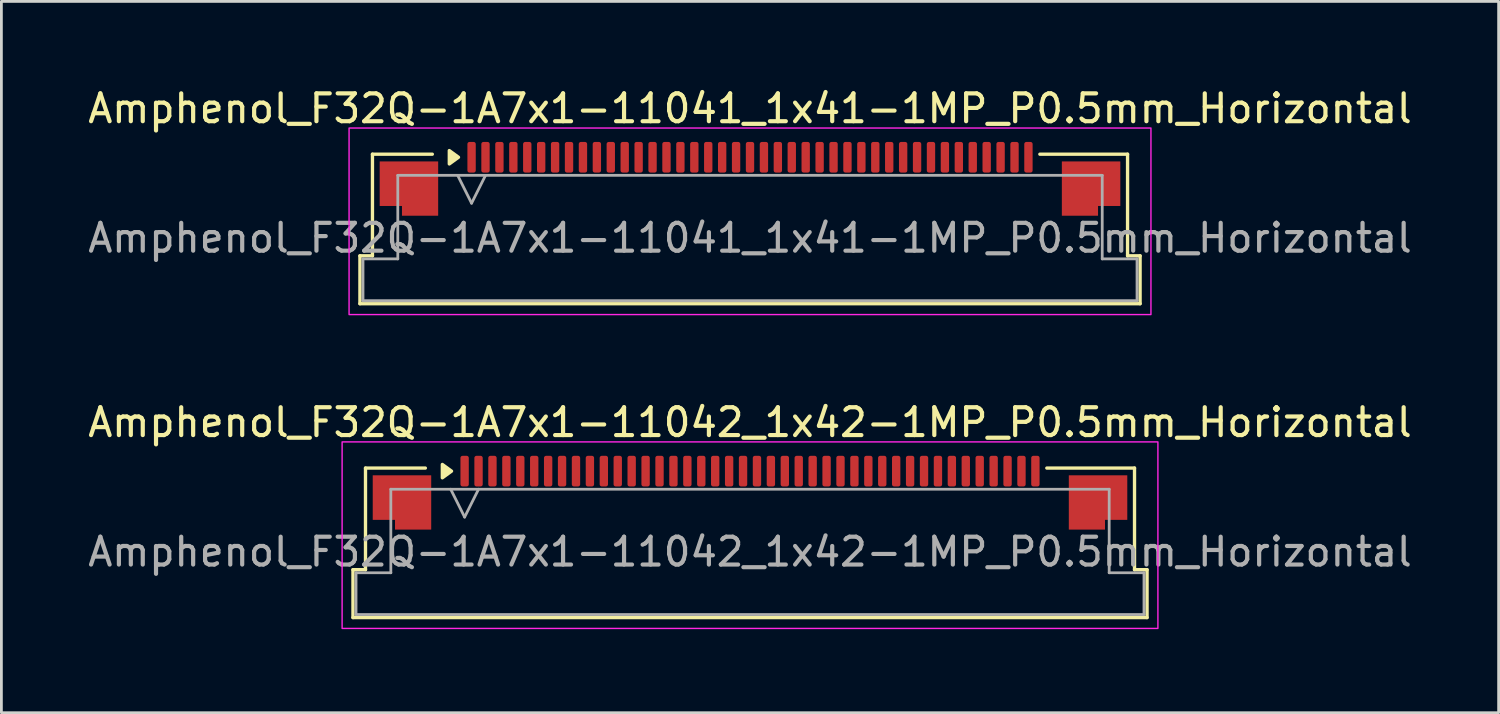
<source format=kicad_pcb>
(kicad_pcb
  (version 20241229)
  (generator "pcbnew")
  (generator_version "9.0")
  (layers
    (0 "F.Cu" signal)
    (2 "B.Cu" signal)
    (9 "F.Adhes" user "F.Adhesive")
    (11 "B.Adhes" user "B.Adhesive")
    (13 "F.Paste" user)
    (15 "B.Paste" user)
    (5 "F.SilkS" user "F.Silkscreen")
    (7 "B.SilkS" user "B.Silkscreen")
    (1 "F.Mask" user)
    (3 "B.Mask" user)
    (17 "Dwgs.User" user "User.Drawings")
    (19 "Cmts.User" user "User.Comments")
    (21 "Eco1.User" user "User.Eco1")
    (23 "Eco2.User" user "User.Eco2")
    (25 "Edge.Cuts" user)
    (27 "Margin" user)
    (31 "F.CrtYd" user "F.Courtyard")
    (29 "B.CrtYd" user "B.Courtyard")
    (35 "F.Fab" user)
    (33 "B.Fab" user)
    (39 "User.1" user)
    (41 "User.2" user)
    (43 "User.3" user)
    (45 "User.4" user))
  (footprint "Amphenol_F32Q-1A7x1-11041_1x41-1MP_P0.5mm_Horizontal"
    (layer "F.Cu")
    (at 23.887 5.498)
    (property "Reference" "Amphenol_F32Q-1A7x1-11041_1x41-1MP_P0.5mm_Horizontal" (at 0 -4.65 0) (layer "F.SilkS") (effects (font (size 1 1) (thickness 0.15))))
    (attr smd)
    (fp_line (start -14.01 0.64) (end -13.56 0.64) (stroke (width 0.12) (type solid)) (layer "F.SilkS"))
    (fp_line (start -14.01 2.36) (end -14.01 0.64) (stroke (width 0.12) (type solid)) (layer "F.SilkS"))
    (fp_line (start -13.56 -3.01) (end -11.41 -3.01) (stroke (width 0.12) (type solid)) (layer "F.SilkS"))
    (fp_line (start -13.56 0.64) (end -13.56 -3.01) (stroke (width 0.12) (type solid)) (layer "F.SilkS"))
    (fp_line (start 10.41 -3.01) (end 13.56 -3.01) (stroke (width 0.12) (type solid)) (layer "F.SilkS"))
    (fp_line (start 13.56 -3.01) (end 13.56 0.64) (stroke (width 0.12) (type solid)) (layer "F.SilkS"))
    (fp_line (start 13.56 0.64) (end 14.01 0.64) (stroke (width 0.12) (type solid)) (layer "F.SilkS"))
    (fp_line (start 14.01 0.64) (end 14.01 2.36) (stroke (width 0.12) (type solid)) (layer "F.SilkS"))
    (fp_line (start 14.01 2.36) (end -14.01 2.36) (stroke (width 0.12) (type solid)) (layer "F.SilkS"))
    (fp_poly (pts (xy -10.47 -2.9) (xy -10.8 -2.66) (xy -10.8 -3.14)) (stroke (width 0.12) (type solid)) (fill yes) (layer "F.SilkS"))
    (fp_rect (start -14.4 -3.95) (end 14.4 2.75) (stroke (width 0.05) (type solid)) (fill no) (layer "F.CrtYd"))
    (fp_line (start -13.9 0.75) (end -12.65 0.75) (stroke (width 0.1) (type solid)) (layer "F.Fab"))
    (fp_line (start -13.9 2.25) (end -13.9 0.75) (stroke (width 0.1) (type solid)) (layer "F.Fab"))
    (fp_line (start -12.65 -2.25) (end 12.65 -2.25) (stroke (width 0.1) (type solid)) (layer "F.Fab"))
    (fp_line (start -12.65 0.75) (end -12.65 -2.25) (stroke (width 0.1) (type solid)) (layer "F.Fab"))
    (fp_line (start -10.5 -2.25) (end -10 -1.25) (stroke (width 0.1) (type solid)) (layer "F.Fab"))
    (fp_line (start -10 -1.25) (end -9.5 -2.25) (stroke (width 0.1) (type solid)) (layer "F.Fab"))
    (fp_line (start 12.65 -2.25) (end 12.65 0.75) (stroke (width 0.1) (type solid)) (layer "F.Fab"))
    (fp_line (start 12.65 0.75) (end 13.9 0.75) (stroke (width 0.1) (type solid)) (layer "F.Fab"))
    (fp_line (start 13.9 0.75) (end 13.9 2.25) (stroke (width 0.1) (type solid)) (layer "F.Fab"))
    (fp_line (start 13.9 2.25) (end -13.9 2.25) (stroke (width 0.1) (type solid)) (layer "F.Fab"))
    (fp_text user "${REFERENCE}" (at 0 0 0) (layer "F.Fab") (effects (font (size 1 1) (thickness 0.15))))
    (pad "1" smd roundrect (at -10 -2.9) (size 0.3 1.1) (layers "F.Cu" "F.Mask" "F.Paste") (roundrect_rratio 0.25))
    (pad "2" smd roundrect (at -9.5 -2.9) (size 0.3 1.1) (layers "F.Cu" "F.Mask" "F.Paste") (roundrect_rratio 0.25))
    (pad "3" smd roundrect (at -9 -2.9) (size 0.3 1.1) (layers "F.Cu" "F.Mask" "F.Paste") (roundrect_rratio 0.25))
    (pad "4" smd roundrect (at -8.5 -2.9) (size 0.3 1.1) (layers "F.Cu" "F.Mask" "F.Paste") (roundrect_rratio 0.25))
    (pad "5" smd roundrect (at -8 -2.9) (size 0.3 1.1) (layers "F.Cu" "F.Mask" "F.Paste") (roundrect_rratio 0.25))
    (pad "6" smd roundrect (at -7.5 -2.9) (size 0.3 1.1) (layers "F.Cu" "F.Mask" "F.Paste") (roundrect_rratio 0.25))
    (pad "7" smd roundrect (at -7 -2.9) (size 0.3 1.1) (layers "F.Cu" "F.Mask" "F.Paste") (roundrect_rratio 0.25))
    (pad "8" smd roundrect (at -6.5 -2.9) (size 0.3 1.1) (layers "F.Cu" "F.Mask" "F.Paste") (roundrect_rratio 0.25))
    (pad "9" smd roundrect (at -6 -2.9) (size 0.3 1.1) (layers "F.Cu" "F.Mask" "F.Paste") (roundrect_rratio 0.25))
    (pad "10" smd roundrect (at -5.5 -2.9) (size 0.3 1.1) (layers "F.Cu" "F.Mask" "F.Paste") (roundrect_rratio 0.25))
    (pad "11" smd roundrect (at -5 -2.9) (size 0.3 1.1) (layers "F.Cu" "F.Mask" "F.Paste") (roundrect_rratio 0.25))
    (pad "12" smd roundrect (at -4.5 -2.9) (size 0.3 1.1) (layers "F.Cu" "F.Mask" "F.Paste") (roundrect_rratio 0.25))
    (pad "13" smd roundrect (at -4 -2.9) (size 0.3 1.1) (layers "F.Cu" "F.Mask" "F.Paste") (roundrect_rratio 0.25))
    (pad "14" smd roundrect (at -3.5 -2.9) (size 0.3 1.1) (layers "F.Cu" "F.Mask" "F.Paste") (roundrect_rratio 0.25))
    (pad "15" smd roundrect (at -3 -2.9) (size 0.3 1.1) (layers "F.Cu" "F.Mask" "F.Paste") (roundrect_rratio 0.25))
    (pad "16" smd roundrect (at -2.5 -2.9) (size 0.3 1.1) (layers "F.Cu" "F.Mask" "F.Paste") (roundrect_rratio 0.25))
    (pad "17" smd roundrect (at -2 -2.9) (size 0.3 1.1) (layers "F.Cu" "F.Mask" "F.Paste") (roundrect_rratio 0.25))
    (pad "18" smd roundrect (at -1.5 -2.9) (size 0.3 1.1) (layers "F.Cu" "F.Mask" "F.Paste") (roundrect_rratio 0.25))
    (pad "19" smd roundrect (at -1 -2.9) (size 0.3 1.1) (layers "F.Cu" "F.Mask" "F.Paste") (roundrect_rratio 0.25))
    (pad "20" smd roundrect (at -0.5 -2.9) (size 0.3 1.1) (layers "F.Cu" "F.Mask" "F.Paste") (roundrect_rratio 0.25))
    (pad "21" smd roundrect (at 0 -2.9) (size 0.3 1.1) (layers "F.Cu" "F.Mask" "F.Paste") (roundrect_rratio 0.25))
    (pad "22" smd roundrect (at 0.5 -2.9) (size 0.3 1.1) (layers "F.Cu" "F.Mask" "F.Paste") (roundrect_rratio 0.25))
    (pad "23" smd roundrect (at 1 -2.9) (size 0.3 1.1) (layers "F.Cu" "F.Mask" "F.Paste") (roundrect_rratio 0.25))
    (pad "24" smd roundrect (at 1.5 -2.9) (size 0.3 1.1) (layers "F.Cu" "F.Mask" "F.Paste") (roundrect_rratio 0.25))
    (pad "25" smd roundrect (at 2 -2.9) (size 0.3 1.1) (layers "F.Cu" "F.Mask" "F.Paste") (roundrect_rratio 0.25))
    (pad "26" smd roundrect (at 2.5 -2.9) (size 0.3 1.1) (layers "F.Cu" "F.Mask" "F.Paste") (roundrect_rratio 0.25))
    (pad "27" smd roundrect (at 3 -2.9) (size 0.3 1.1) (layers "F.Cu" "F.Mask" "F.Paste") (roundrect_rratio 0.25))
    (pad "28" smd roundrect (at 3.5 -2.9) (size 0.3 1.1) (layers "F.Cu" "F.Mask" "F.Paste") (roundrect_rratio 0.25))
    (pad "29" smd roundrect (at 4 -2.9) (size 0.3 1.1) (layers "F.Cu" "F.Mask" "F.Paste") (roundrect_rratio 0.25))
    (pad "30" smd roundrect (at 4.5 -2.9) (size 0.3 1.1) (layers "F.Cu" "F.Mask" "F.Paste") (roundrect_rratio 0.25))
    (pad "31" smd roundrect (at 5 -2.9) (size 0.3 1.1) (layers "F.Cu" "F.Mask" "F.Paste") (roundrect_rratio 0.25))
    (pad "32" smd roundrect (at 5.5 -2.9) (size 0.3 1.1) (layers "F.Cu" "F.Mask" "F.Paste") (roundrect_rratio 0.25))
    (pad "33" smd roundrect (at 6 -2.9) (size 0.3 1.1) (layers "F.Cu" "F.Mask" "F.Paste") (roundrect_rratio 0.25))
    (pad "34" smd roundrect (at 6.5 -2.9) (size 0.3 1.1) (layers "F.Cu" "F.Mask" "F.Paste") (roundrect_rratio 0.25))
    (pad "35" smd roundrect (at 7 -2.9) (size 0.3 1.1) (layers "F.Cu" "F.Mask" "F.Paste") (roundrect_rratio 0.25))
    (pad "36" smd roundrect (at 7.5 -2.9) (size 0.3 1.1) (layers "F.Cu" "F.Mask" "F.Paste") (roundrect_rratio 0.25))
    (pad "37" smd roundrect (at 8 -2.9) (size 0.3 1.1) (layers "F.Cu" "F.Mask" "F.Paste") (roundrect_rratio 0.25))
    (pad "38" smd roundrect (at 8.5 -2.9) (size 0.3 1.1) (layers "F.Cu" "F.Mask" "F.Paste") (roundrect_rratio 0.25))
    (pad "39" smd roundrect (at 9 -2.9) (size 0.3 1.1) (layers "F.Cu" "F.Mask" "F.Paste") (roundrect_rratio 0.25))
    (pad "40" smd roundrect (at 9.5 -2.9) (size 0.3 1.1) (layers "F.Cu" "F.Mask" "F.Paste") (roundrect_rratio 0.25))
    (pad "41" smd roundrect (at 10 -2.9) (size 0.3 1.1) (layers "F.Cu" "F.Mask" "F.Paste") (roundrect_rratio 0.25))
    (pad "MP" smd custom (at -12.25 -1.775) (size 1 1) (layers "F.Cu" "F.Mask" "F.Paste") (options (anchor circle)) (primitives (gr_poly (pts (xy 1.05 -0.975) (xy 1.05 0.975) (xy -0.25 0.975) (xy -0.25 0.625) (xy -1.05 0.625) (xy -1.05 -0.975)) (width 0) (fill yes))))
    (pad "MP" smd custom (at 12.25 -1.775) (size 1 1) (layers "F.Cu" "F.Mask" "F.Paste") (options (anchor circle)) (primitives (gr_poly (pts (xy -1.05 -0.975) (xy -1.05 0.975) (xy 0.25 0.975) (xy 0.25 0.625) (xy 1.05 0.625) (xy 1.05 -0.975)) (width 0) (fill yes)))))
  (footprint "Amphenol_F32Q-1A7x1-11042_1x42-1MP_P0.5mm_Horizontal"
    (layer "F.Cu")
    (at 23.887 16.771)
    (property "Reference" "Amphenol_F32Q-1A7x1-11042_1x42-1MP_P0.5mm_Horizontal" (at 0 -4.65 0) (layer "F.SilkS") (effects (font (size 1 1) (thickness 0.15))))
    (attr smd)
    (fp_line (start -14.26 0.64) (end -13.81 0.64) (stroke (width 0.12) (type solid)) (layer "F.SilkS"))
    (fp_line (start -14.26 2.36) (end -14.26 0.64) (stroke (width 0.12) (type solid)) (layer "F.SilkS"))
    (fp_line (start -13.81 -3.01) (end -11.66 -3.01) (stroke (width 0.12) (type solid)) (layer "F.SilkS"))
    (fp_line (start -13.81 0.64) (end -13.81 -3.01) (stroke (width 0.12) (type solid)) (layer "F.SilkS"))
    (fp_line (start 10.66 -3.01) (end 13.81 -3.01) (stroke (width 0.12) (type solid)) (layer "F.SilkS"))
    (fp_line (start 13.81 -3.01) (end 13.81 0.64) (stroke (width 0.12) (type solid)) (layer "F.SilkS"))
    (fp_line (start 13.81 0.64) (end 14.26 0.64) (stroke (width 0.12) (type solid)) (layer "F.SilkS"))
    (fp_line (start 14.26 0.64) (end 14.26 2.36) (stroke (width 0.12) (type solid)) (layer "F.SilkS"))
    (fp_line (start 14.26 2.36) (end -14.26 2.36) (stroke (width 0.12) (type solid)) (layer "F.SilkS"))
    (fp_poly (pts (xy -10.72 -2.9) (xy -11.05 -2.66) (xy -11.05 -3.14)) (stroke (width 0.12) (type solid)) (fill yes) (layer "F.SilkS"))
    (fp_rect (start -14.65 -3.95) (end 14.65 2.75) (stroke (width 0.05) (type solid)) (fill no) (layer "F.CrtYd"))
    (fp_line (start -14.15 0.75) (end -12.9 0.75) (stroke (width 0.1) (type solid)) (layer "F.Fab"))
    (fp_line (start -14.15 2.25) (end -14.15 0.75) (stroke (width 0.1) (type solid)) (layer "F.Fab"))
    (fp_line (start -12.9 -2.25) (end 12.9 -2.25) (stroke (width 0.1) (type solid)) (layer "F.Fab"))
    (fp_line (start -12.9 0.75) (end -12.9 -2.25) (stroke (width 0.1) (type solid)) (layer "F.Fab"))
    (fp_line (start -10.75 -2.25) (end -10.25 -1.25) (stroke (width 0.1) (type solid)) (layer "F.Fab"))
    (fp_line (start -10.25 -1.25) (end -9.75 -2.25) (stroke (width 0.1) (type solid)) (layer "F.Fab"))
    (fp_line (start 12.9 -2.25) (end 12.9 0.75) (stroke (width 0.1) (type solid)) (layer "F.Fab"))
    (fp_line (start 12.9 0.75) (end 14.15 0.75) (stroke (width 0.1) (type solid)) (layer "F.Fab"))
    (fp_line (start 14.15 0.75) (end 14.15 2.25) (stroke (width 0.1) (type solid)) (layer "F.Fab"))
    (fp_line (start 14.15 2.25) (end -14.15 2.25) (stroke (width 0.1) (type solid)) (layer "F.Fab"))
    (fp_text user "${REFERENCE}" (at 0 0 0) (layer "F.Fab") (effects (font (size 1 1) (thickness 0.15))))
    (pad "1" smd roundrect (at -10.25 -2.9) (size 0.3 1.1) (layers "F.Cu" "F.Mask" "F.Paste") (roundrect_rratio 0.25))
    (pad "2" smd roundrect (at -9.75 -2.9) (size 0.3 1.1) (layers "F.Cu" "F.Mask" "F.Paste") (roundrect_rratio 0.25))
    (pad "3" smd roundrect (at -9.25 -2.9) (size 0.3 1.1) (layers "F.Cu" "F.Mask" "F.Paste") (roundrect_rratio 0.25))
    (pad "4" smd roundrect (at -8.75 -2.9) (size 0.3 1.1) (layers "F.Cu" "F.Mask" "F.Paste") (roundrect_rratio 0.25))
    (pad "5" smd roundrect (at -8.25 -2.9) (size 0.3 1.1) (layers "F.Cu" "F.Mask" "F.Paste") (roundrect_rratio 0.25))
    (pad "6" smd roundrect (at -7.75 -2.9) (size 0.3 1.1) (layers "F.Cu" "F.Mask" "F.Paste") (roundrect_rratio 0.25))
    (pad "7" smd roundrect (at -7.25 -2.9) (size 0.3 1.1) (layers "F.Cu" "F.Mask" "F.Paste") (roundrect_rratio 0.25))
    (pad "8" smd roundrect (at -6.75 -2.9) (size 0.3 1.1) (layers "F.Cu" "F.Mask" "F.Paste") (roundrect_rratio 0.25))
    (pad "9" smd roundrect (at -6.25 -2.9) (size 0.3 1.1) (layers "F.Cu" "F.Mask" "F.Paste") (roundrect_rratio 0.25))
    (pad "10" smd roundrect (at -5.75 -2.9) (size 0.3 1.1) (layers "F.Cu" "F.Mask" "F.Paste") (roundrect_rratio 0.25))
    (pad "11" smd roundrect (at -5.25 -2.9) (size 0.3 1.1) (layers "F.Cu" "F.Mask" "F.Paste") (roundrect_rratio 0.25))
    (pad "12" smd roundrect (at -4.75 -2.9) (size 0.3 1.1) (layers "F.Cu" "F.Mask" "F.Paste") (roundrect_rratio 0.25))
    (pad "13" smd roundrect (at -4.25 -2.9) (size 0.3 1.1) (layers "F.Cu" "F.Mask" "F.Paste") (roundrect_rratio 0.25))
    (pad "14" smd roundrect (at -3.75 -2.9) (size 0.3 1.1) (layers "F.Cu" "F.Mask" "F.Paste") (roundrect_rratio 0.25))
    (pad "15" smd roundrect (at -3.25 -2.9) (size 0.3 1.1) (layers "F.Cu" "F.Mask" "F.Paste") (roundrect_rratio 0.25))
    (pad "16" smd roundrect (at -2.75 -2.9) (size 0.3 1.1) (layers "F.Cu" "F.Mask" "F.Paste") (roundrect_rratio 0.25))
    (pad "17" smd roundrect (at -2.25 -2.9) (size 0.3 1.1) (layers "F.Cu" "F.Mask" "F.Paste") (roundrect_rratio 0.25))
    (pad "18" smd roundrect (at -1.75 -2.9) (size 0.3 1.1) (layers "F.Cu" "F.Mask" "F.Paste") (roundrect_rratio 0.25))
    (pad "19" smd roundrect (at -1.25 -2.9) (size 0.3 1.1) (layers "F.Cu" "F.Mask" "F.Paste") (roundrect_rratio 0.25))
    (pad "20" smd roundrect (at -0.75 -2.9) (size 0.3 1.1) (layers "F.Cu" "F.Mask" "F.Paste") (roundrect_rratio 0.25))
    (pad "21" smd roundrect (at -0.25 -2.9) (size 0.3 1.1) (layers "F.Cu" "F.Mask" "F.Paste") (roundrect_rratio 0.25))
    (pad "22" smd roundrect (at 0.25 -2.9) (size 0.3 1.1) (layers "F.Cu" "F.Mask" "F.Paste") (roundrect_rratio 0.25))
    (pad "23" smd roundrect (at 0.75 -2.9) (size 0.3 1.1) (layers "F.Cu" "F.Mask" "F.Paste") (roundrect_rratio 0.25))
    (pad "24" smd roundrect (at 1.25 -2.9) (size 0.3 1.1) (layers "F.Cu" "F.Mask" "F.Paste") (roundrect_rratio 0.25))
    (pad "25" smd roundrect (at 1.75 -2.9) (size 0.3 1.1) (layers "F.Cu" "F.Mask" "F.Paste") (roundrect_rratio 0.25))
    (pad "26" smd roundrect (at 2.25 -2.9) (size 0.3 1.1) (layers "F.Cu" "F.Mask" "F.Paste") (roundrect_rratio 0.25))
    (pad "27" smd roundrect (at 2.75 -2.9) (size 0.3 1.1) (layers "F.Cu" "F.Mask" "F.Paste") (roundrect_rratio 0.25))
    (pad "28" smd roundrect (at 3.25 -2.9) (size 0.3 1.1) (layers "F.Cu" "F.Mask" "F.Paste") (roundrect_rratio 0.25))
    (pad "29" smd roundrect (at 3.75 -2.9) (size 0.3 1.1) (layers "F.Cu" "F.Mask" "F.Paste") (roundrect_rratio 0.25))
    (pad "30" smd roundrect (at 4.25 -2.9) (size 0.3 1.1) (layers "F.Cu" "F.Mask" "F.Paste") (roundrect_rratio 0.25))
    (pad "31" smd roundrect (at 4.75 -2.9) (size 0.3 1.1) (layers "F.Cu" "F.Mask" "F.Paste") (roundrect_rratio 0.25))
    (pad "32" smd roundrect (at 5.25 -2.9) (size 0.3 1.1) (layers "F.Cu" "F.Mask" "F.Paste") (roundrect_rratio 0.25))
    (pad "33" smd roundrect (at 5.75 -2.9) (size 0.3 1.1) (layers "F.Cu" "F.Mask" "F.Paste") (roundrect_rratio 0.25))
    (pad "34" smd roundrect (at 6.25 -2.9) (size 0.3 1.1) (layers "F.Cu" "F.Mask" "F.Paste") (roundrect_rratio 0.25))
    (pad "35" smd roundrect (at 6.75 -2.9) (size 0.3 1.1) (layers "F.Cu" "F.Mask" "F.Paste") (roundrect_rratio 0.25))
    (pad "36" smd roundrect (at 7.25 -2.9) (size 0.3 1.1) (layers "F.Cu" "F.Mask" "F.Paste") (roundrect_rratio 0.25))
    (pad "37" smd roundrect (at 7.75 -2.9) (size 0.3 1.1) (layers "F.Cu" "F.Mask" "F.Paste") (roundrect_rratio 0.25))
    (pad "38" smd roundrect (at 8.25 -2.9) (size 0.3 1.1) (layers "F.Cu" "F.Mask" "F.Paste") (roundrect_rratio 0.25))
    (pad "39" smd roundrect (at 8.75 -2.9) (size 0.3 1.1) (layers "F.Cu" "F.Mask" "F.Paste") (roundrect_rratio 0.25))
    (pad "40" smd roundrect (at 9.25 -2.9) (size 0.3 1.1) (layers "F.Cu" "F.Mask" "F.Paste") (roundrect_rratio 0.25))
    (pad "41" smd roundrect (at 9.75 -2.9) (size 0.3 1.1) (layers "F.Cu" "F.Mask" "F.Paste") (roundrect_rratio 0.25))
    (pad "42" smd roundrect (at 10.25 -2.9) (size 0.3 1.1) (layers "F.Cu" "F.Mask" "F.Paste") (roundrect_rratio 0.25))
    (pad "MP" smd custom (at -12.5 -1.775) (size 1 1) (layers "F.Cu" "F.Mask" "F.Paste") (options (anchor circle)) (primitives (gr_poly (pts (xy 1.05 -0.975) (xy 1.05 0.975) (xy -0.25 0.975) (xy -0.25 0.625) (xy -1.05 0.625) (xy -1.05 -0.975)) (width 0) (fill yes))))
    (pad "MP" smd custom (at 12.5 -1.775) (size 1 1) (layers "F.Cu" "F.Mask" "F.Paste") (options (anchor circle)) (primitives (gr_poly (pts (xy -1.05 -0.975) (xy -1.05 0.975) (xy 0.25 0.975) (xy 0.25 0.625) (xy 1.05 0.625) (xy 1.05 -0.975)) (width 0) (fill yes)))))
  (gr_rect
    (start -3 -3)
    (end 50.774 22.547)
    (stroke (width 0.1) (type default))
    (fill no)
    (layer "Edge.Cuts")))
</source>
